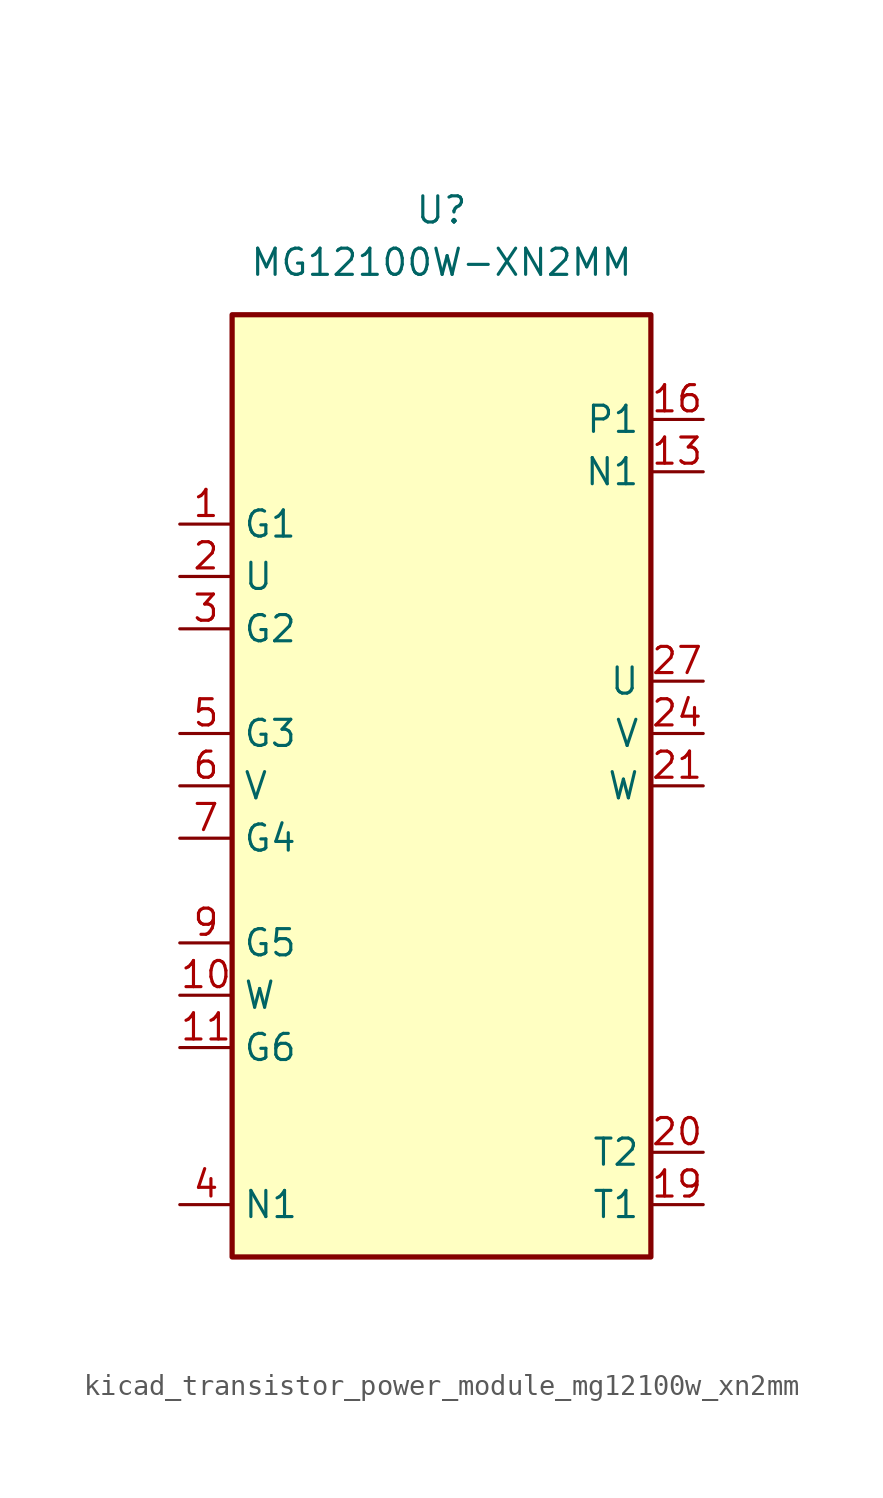
<source format=kicad_sym>
(kicad_symbol_lib
  (version 20220914)
  (generator kicad_symbol_editor)
  (symbol "kicad_transistor_power_module_mg12100w_xn2mm"
    (property "Reference" "U"
      (at 0 27.94 0)
      (effects (font (size 1.27 1.27))))
    (property "Value" "MG12100W-XN2MM"
      (at 0 25.4 0)
      (effects (font (size 1.27 1.27))))
    (symbol "kicad_transistor_power_module_mg12100w_xn2mm_0_0"
      (pin passive line (at 12.7 15.24 180) (length 2.54) (name "N1" (effects (font (size 1.27 1.27)))) (number "13" (effects (font (size 1.27 1.27)))))
      (pin passive line (at 12.7 15.24 180) (length 2.54) hide (name "N1" (effects (font (size 1.27 1.27)))) (number "14" (effects (font (size 1.27 1.27)))))
      (pin passive line (at 12.7 15.24 180) (length 2.54) hide (name "N1" (effects (font (size 1.27 1.27)))) (number "15" (effects (font (size 1.27 1.27)))))
      (pin passive line (at 12.7 17.78 180) (length 2.54) (name "P1" (effects (font (size 1.27 1.27)))) (number "16" (effects (font (size 1.27 1.27)))))
      (pin passive line (at 12.7 17.78 180) (length 2.54) hide (name "P1" (effects (font (size 1.27 1.27)))) (number "17" (effects (font (size 1.27 1.27)))))
      (pin passive line (at 12.7 17.78 180) (length 2.54) hide (name "P1" (effects (font (size 1.27 1.27)))) (number "18" (effects (font (size 1.27 1.27)))))
      (pin passive line (at 12.7 -20.32 180) (length 2.54) (name "T1" (effects (font (size 1.27 1.27)))) (number "19" (effects (font (size 1.27 1.27)))))
      (pin passive line (at 12.7 -17.78 180) (length 2.54) (name "T2" (effects (font (size 1.27 1.27)))) (number "20" (effects (font (size 1.27 1.27)))))
      (pin passive line (at 12.7 17.78 180) (length 2.54) hide (name "P1" (effects (font (size 1.27 1.27)))) (number "30" (effects (font (size 1.27 1.27)))))
      (pin passive line (at 12.7 17.78 180) (length 2.54) hide (name "P1" (effects (font (size 1.27 1.27)))) (number "31" (effects (font (size 1.27 1.27)))))
      (pin passive line (at 12.7 17.78 180) (length 2.54) hide (name "P1" (effects (font (size 1.27 1.27)))) (number "32" (effects (font (size 1.27 1.27)))))
      (pin passive line (at 12.7 15.24 180) (length 2.54) hide (name "N1" (effects (font (size 1.27 1.27)))) (number "33" (effects (font (size 1.27 1.27)))))
      (pin passive line (at 12.7 15.24 180) (length 2.54) hide (name "N1" (effects (font (size 1.27 1.27)))) (number "34" (effects (font (size 1.27 1.27)))))
      (pin passive line (at 12.7 15.24 180) (length 2.54) hide (name "N1" (effects (font (size 1.27 1.27)))) (number "35" (effects (font (size 1.27 1.27))))))
    (symbol "kicad_transistor_power_module_mg12100w_xn2mm_1_1"
      (rectangle (start -10.16 22.86) (end 10.16 -22.86) (stroke (width 0.254) (type default)) (fill (type background)))
      (pin passive line (at -12.7 12.7 0) (length 2.54) (name "G1" (effects (font (size 1.27 1.27)))) (number "1" (effects (font (size 1.27 1.27)))))
      (pin passive line (at -12.7 -10.16 0) (length 2.54) (name "W" (effects (font (size 1.27 1.27)))) (number "10" (effects (font (size 1.27 1.27)))))
      (pin passive line (at -12.7 -12.7 0) (length 2.54) (name "G6" (effects (font (size 1.27 1.27)))) (number "11" (effects (font (size 1.27 1.27)))))
      (pin passive line (at -12.7 -20.32 0) (length 2.54) hide (name "N1" (effects (font (size 1.27 1.27)))) (number "12" (effects (font (size 1.27 1.27)))))
      (pin passive line (at -12.7 10.16 0) (length 2.54) (name "U" (effects (font (size 1.27 1.27)))) (number "2" (effects (font (size 1.27 1.27)))))
      (pin passive line (at 12.7 0 180) (length 2.54) (name "W" (effects (font (size 1.27 1.27)))) (number "21" (effects (font (size 1.27 1.27)))))
      (pin passive line (at 12.7 0 180) (length 2.54) hide (name "W" (effects (font (size 1.27 1.27)))) (number "22" (effects (font (size 1.27 1.27)))))
      (pin passive line (at 12.7 0 180) (length 2.54) hide (name "W" (effects (font (size 1.27 1.27)))) (number "23" (effects (font (size 1.27 1.27)))))
      (pin passive line (at 12.7 2.54 180) (length 2.54) (name "V" (effects (font (size 1.27 1.27)))) (number "24" (effects (font (size 1.27 1.27)))))
      (pin passive line (at 12.7 2.54 180) (length 2.54) hide (name "V" (effects (font (size 1.27 1.27)))) (number "25" (effects (font (size 1.27 1.27)))))
      (pin passive line (at 12.7 2.54 180) (length 2.54) hide (name "V" (effects (font (size 1.27 1.27)))) (number "26" (effects (font (size 1.27 1.27)))))
      (pin passive line (at 12.7 5.08 180) (length 2.54) (name "U" (effects (font (size 1.27 1.27)))) (number "27" (effects (font (size 1.27 1.27)))))
      (pin passive line (at 12.7 5.08 180) (length 2.54) hide (name "U" (effects (font (size 1.27 1.27)))) (number "28" (effects (font (size 1.27 1.27)))))
      (pin passive line (at 12.7 5.08 180) (length 2.54) hide (name "U" (effects (font (size 1.27 1.27)))) (number "29" (effects (font (size 1.27 1.27)))))
      (pin passive line (at -12.7 7.62 0) (length 2.54) (name "G2" (effects (font (size 1.27 1.27)))) (number "3" (effects (font (size 1.27 1.27)))))
      (pin passive line (at -12.7 -20.32 0) (length 2.54) (name "N1" (effects (font (size 1.27 1.27)))) (number "4" (effects (font (size 1.27 1.27)))))
      (pin passive line (at -12.7 2.54 0) (length 2.54) (name "G3" (effects (font (size 1.27 1.27)))) (number "5" (effects (font (size 1.27 1.27)))))
      (pin passive line (at -12.7 0 0) (length 2.54) (name "V" (effects (font (size 1.27 1.27)))) (number "6" (effects (font (size 1.27 1.27)))))
      (pin passive line (at -12.7 -2.54 0) (length 2.54) (name "G4" (effects (font (size 1.27 1.27)))) (number "7" (effects (font (size 1.27 1.27)))))
      (pin passive line (at -12.7 -20.32 0) (length 2.54) hide (name "N1" (effects (font (size 1.27 1.27)))) (number "8" (effects (font (size 1.27 1.27)))))
      (pin passive line (at -12.7 -7.62 0) (length 2.54) (name "G5" (effects (font (size 1.27 1.27)))) (number "9" (effects (font (size 1.27 1.27))))))))
</source>
